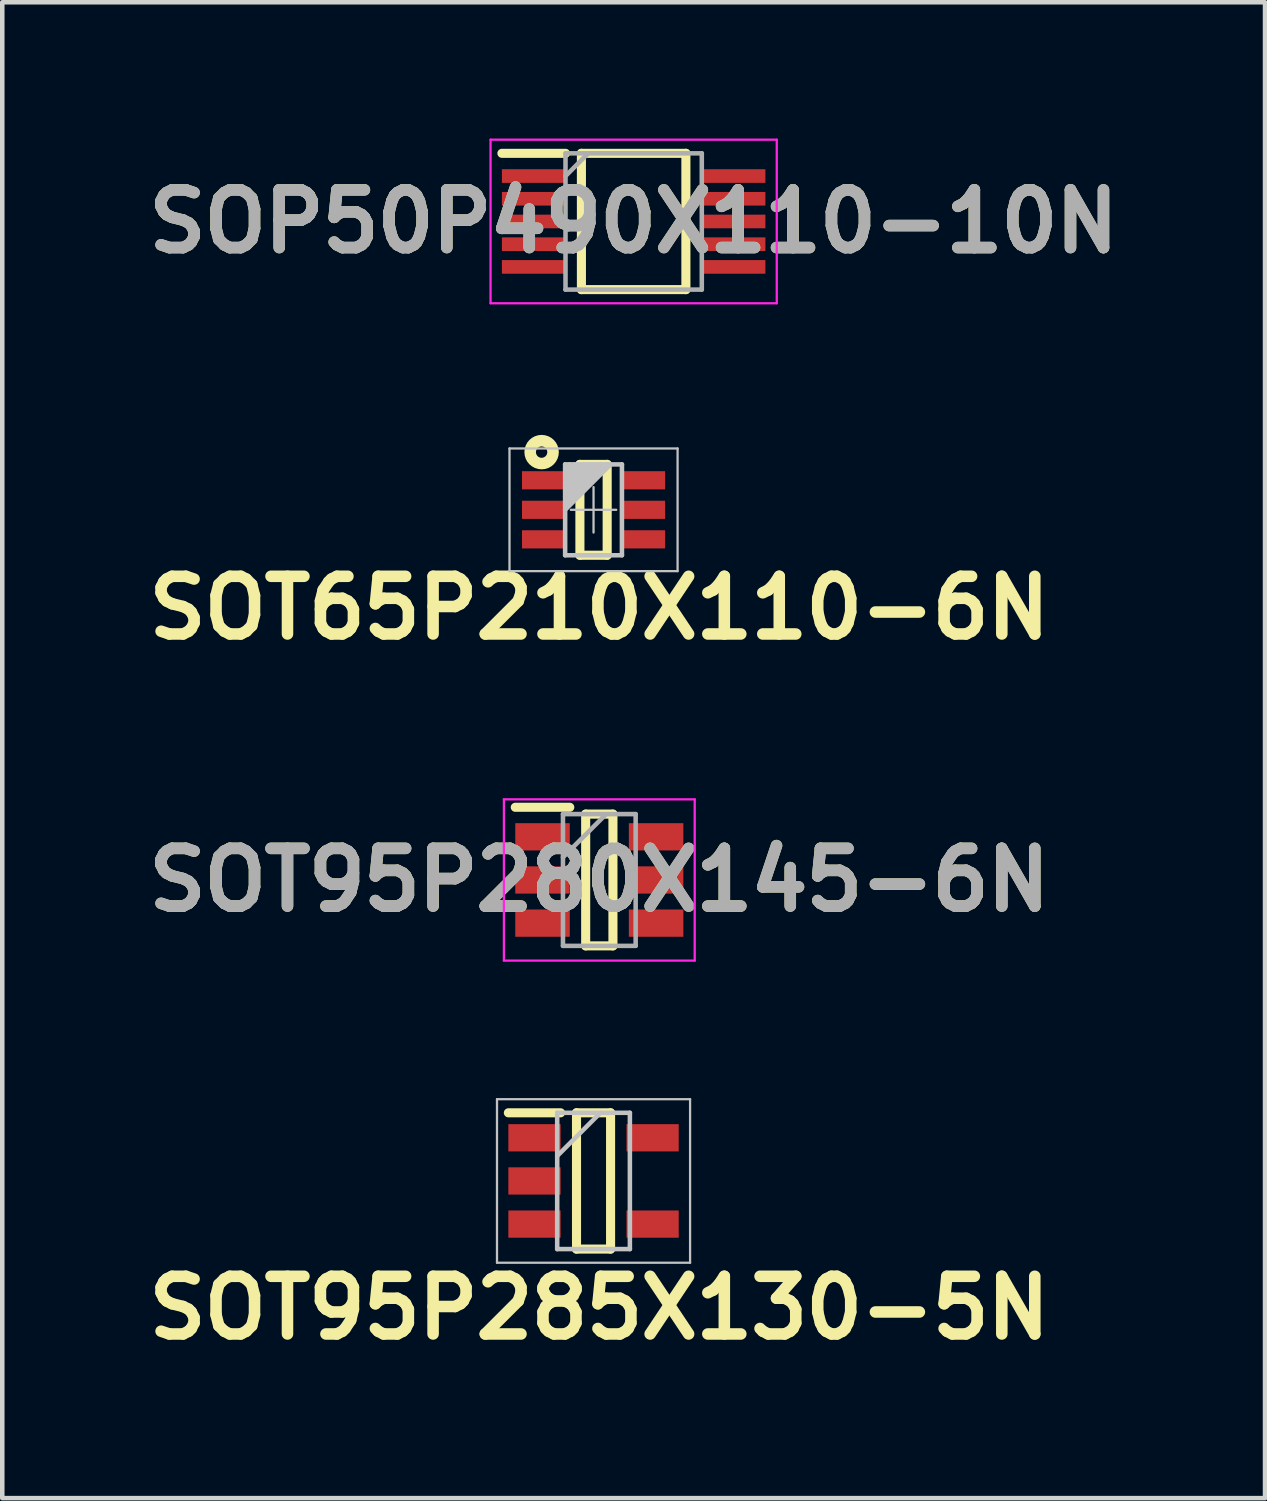
<source format=kicad_pcb>
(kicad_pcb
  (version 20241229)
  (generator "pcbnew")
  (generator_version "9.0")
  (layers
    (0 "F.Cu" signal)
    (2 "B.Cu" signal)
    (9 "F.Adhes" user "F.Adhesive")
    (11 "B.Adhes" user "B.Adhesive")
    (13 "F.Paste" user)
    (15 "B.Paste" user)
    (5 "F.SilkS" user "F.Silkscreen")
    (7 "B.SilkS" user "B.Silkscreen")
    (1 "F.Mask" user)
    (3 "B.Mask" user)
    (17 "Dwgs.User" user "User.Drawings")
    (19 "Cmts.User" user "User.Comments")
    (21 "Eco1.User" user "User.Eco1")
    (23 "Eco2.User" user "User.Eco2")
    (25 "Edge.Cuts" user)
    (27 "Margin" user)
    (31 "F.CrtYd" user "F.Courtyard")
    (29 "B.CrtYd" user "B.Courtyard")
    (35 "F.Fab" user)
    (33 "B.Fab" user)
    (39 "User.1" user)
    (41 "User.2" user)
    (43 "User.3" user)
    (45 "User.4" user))
  (footprint "SOT95P280X145-6N"
    (layer "F.Cu")
    (at 10.142 16.32)
    (property "Reference" "SOT95P280X145-6N" (at 0 0 0) (layer "F.SilkS") (effects (font (size 1.27 1.27) (thickness 0.254))))
    (attr smd)
    (fp_line (start -1.85 -1.6) (end -0.65 -1.6) (stroke (width 0.2) (type solid)) (layer "F.SilkS"))
    (fp_line (start -0.3 -1.45) (end 0.3 -1.45) (stroke (width 0.2) (type solid)) (layer "F.SilkS"))
    (fp_line (start -0.3 1.45) (end -0.3 -1.45) (stroke (width 0.2) (type solid)) (layer "F.SilkS"))
    (fp_line (start 0.3 -1.45) (end 0.3 1.45) (stroke (width 0.2) (type solid)) (layer "F.SilkS"))
    (fp_line (start 0.3 1.45) (end -0.3 1.45) (stroke (width 0.2) (type solid)) (layer "F.SilkS"))
    (fp_line (start -2.1 -1.775) (end 2.1 -1.775) (stroke (width 0.05) (type solid)) (layer "F.CrtYd"))
    (fp_line (start -2.1 1.775) (end -2.1 -1.775) (stroke (width 0.05) (type solid)) (layer "F.CrtYd"))
    (fp_line (start 2.1 -1.775) (end 2.1 1.775) (stroke (width 0.05) (type solid)) (layer "F.CrtYd"))
    (fp_line (start 2.1 1.775) (end -2.1 1.775) (stroke (width 0.05) (type solid)) (layer "F.CrtYd"))
    (fp_line (start -0.8 -1.45) (end 0.8 -1.45) (stroke (width 0.1) (type solid)) (layer "F.Fab"))
    (fp_line (start -0.8 -0.5) (end 0.15 -1.45) (stroke (width 0.1) (type solid)) (layer "F.Fab"))
    (fp_line (start -0.8 1.45) (end -0.8 -1.45) (stroke (width 0.1) (type solid)) (layer "F.Fab"))
    (fp_line (start 0.8 -1.45) (end 0.8 1.45) (stroke (width 0.1) (type solid)) (layer "F.Fab"))
    (fp_line (start 0.8 1.45) (end -0.8 1.45) (stroke (width 0.1) (type solid)) (layer "F.Fab"))
    (fp_text user "${REFERENCE}" (at 0 0 0) (layer "F.Fab") (effects (font (size 1.27 1.27) (thickness 0.254))))
    (pad "1" smd rect (at -1.25 -0.95 90) (size 0.6 1.2) (layers "F.Cu" "F.Mask" "F.Paste"))
    (pad "2" smd rect (at -1.25 0 90) (size 0.6 1.2) (layers "F.Cu" "F.Mask" "F.Paste"))
    (pad "3" smd rect (at -1.25 0.95 90) (size 0.6 1.2) (layers "F.Cu" "F.Mask" "F.Paste"))
    (pad "4" smd rect (at 1.25 0.95 90) (size 0.6 1.2) (layers "F.Cu" "F.Mask" "F.Paste"))
    (pad "5" smd rect (at 1.25 0 90) (size 0.6 1.2) (layers "F.Cu" "F.Mask" "F.Paste"))
    (pad "6" smd rect (at 1.25 -0.95 90) (size 0.6 1.2) (layers "F.Cu" "F.Mask" "F.Paste")))
  (footprint "SOT95P285X130-5N"
    (layer "F.Cu")
    (at 10.015 22.945)
    (property "Reference" "SOT95P285X130-5N" (at 0.127 2.794 0) (layer "F.SilkS") (effects (font (size 1.27 1.27) (thickness 0.254))))
    (attr smd)
    (fp_line (start -1.875 -1.5) (end -0.725 -1.5) (stroke (width 0.2) (type solid)) (layer "F.SilkS"))
    (fp_line (start -0.375 -1.5) (end 0.375 -1.5) (stroke (width 0.2) (type solid)) (layer "F.SilkS"))
    (fp_line (start -0.375 1.5) (end -0.375 -1.5) (stroke (width 0.2) (type solid)) (layer "F.SilkS"))
    (fp_line (start 0.375 -1.5) (end 0.375 1.5) (stroke (width 0.2) (type solid)) (layer "F.SilkS"))
    (fp_line (start 0.375 1.5) (end -0.375 1.5) (stroke (width 0.2) (type solid)) (layer "F.SilkS"))
    (fp_line (start -2.125 -1.8) (end 2.125 -1.8) (stroke (width 0.05) (type solid)) (layer "Dwgs.User"))
    (fp_line (start -2.125 1.8) (end -2.125 -1.8) (stroke (width 0.05) (type solid)) (layer "Dwgs.User"))
    (fp_line (start -0.8 -1.5) (end 0.8 -1.5) (stroke (width 0.1) (type solid)) (layer "Dwgs.User"))
    (fp_line (start -0.8 -0.55) (end 0.15 -1.5) (stroke (width 0.1) (type solid)) (layer "Dwgs.User"))
    (fp_line (start -0.8 1.5) (end -0.8 -1.5) (stroke (width 0.1) (type solid)) (layer "Dwgs.User"))
    (fp_line (start 0.8 -1.5) (end 0.8 1.5) (stroke (width 0.1) (type solid)) (layer "Dwgs.User"))
    (fp_line (start 0.8 1.5) (end -0.8 1.5) (stroke (width 0.1) (type solid)) (layer "Dwgs.User"))
    (fp_line (start 2.125 -1.8) (end 2.125 1.8) (stroke (width 0.05) (type solid)) (layer "Dwgs.User"))
    (fp_line (start 2.125 1.8) (end -2.125 1.8) (stroke (width 0.05) (type solid)) (layer "Dwgs.User"))
    (pad "1" smd rect (at -1.3 -0.95 90) (size 0.6 1.15) (layers "F.Cu" "F.Mask" "F.Paste"))
    (pad "2" smd rect (at -1.3 0 90) (size 0.6 1.15) (layers "F.Cu" "F.Mask" "F.Paste"))
    (pad "3" smd rect (at -1.3 0.95 90) (size 0.6 1.15) (layers "F.Cu" "F.Mask" "F.Paste"))
    (pad "4" smd rect (at 1.3 0.95 90) (size 0.6 1.15) (layers "F.Cu" "F.Mask" "F.Paste"))
    (pad "5" smd rect (at 1.3 -0.95 90) (size 0.6 1.15) (layers "F.Cu" "F.Mask" "F.Paste")))
  (footprint "SOT65P210X110-6N"
    (layer "F.Cu")
    (at 10.015 8.172)
    (property "Reference" "SOT65P210X110-6N" (at 0.127 2.159 0) (layer "F.SilkS") (effects (font (size 1.27 1.27) (thickness 0.254))))
    (attr smd)
    (fp_line (start -0.3 -1) (end -0.3 1) (stroke (width 0.2) (type solid)) (layer "F.SilkS"))
    (fp_line (start -0.3 1) (end 0.3 1) (stroke (width 0.2) (type solid)) (layer "F.SilkS"))
    (fp_line (start 0.3 -1) (end -0.3 -1) (stroke (width 0.2) (type solid)) (layer "F.SilkS"))
    (fp_line (start 0.3 1) (end 0.3 -1) (stroke (width 0.2) (type solid)) (layer "F.SilkS"))
    (fp_circle (center -1.143 -1.27) (end -1.268 -1.27) (stroke (width 0.254) (type solid)) (fill no) (layer "F.SilkS"))
    (fp_line (start -1.85 -1.35) (end -1.85 1.35) (stroke (width 0.05) (type solid)) (layer "Dwgs.User"))
    (fp_line (start -1.85 1.35) (end 1.85 1.35) (stroke (width 0.05) (type solid)) (layer "Dwgs.User"))
    (fp_line (start -0.7 -1.075) (end -0.7 1.075) (stroke (width 0.001) (type solid)) (layer "Dwgs.User"))
    (fp_line (start -0.7 1.075) (end 0.7 1.075) (stroke (width 0.001) (type solid)) (layer "Dwgs.User"))
    (fp_line (start -0.625 -1) (end -0.625 1) (stroke (width 0.1) (type solid)) (layer "Dwgs.User"))
    (fp_line (start -0.625 1) (end 0.625 1) (stroke (width 0.1) (type solid)) (layer "Dwgs.User"))
    (fp_line (start -0.525 -1) (end -0.625 -0.9) (stroke (width 0.1) (type solid)) (layer "Dwgs.User"))
    (fp_line (start -0.5 0) (end 0.5 0) (stroke (width 0.05) (type solid)) (layer "Dwgs.User"))
    (fp_line (start -0.425 -1) (end -0.625 -0.8) (stroke (width 0.1) (type solid)) (layer "Dwgs.User"))
    (fp_line (start -0.325 -1) (end -0.625 -0.7) (stroke (width 0.1) (type solid)) (layer "Dwgs.User"))
    (fp_line (start -0.225 -1) (end -0.625 -0.6) (stroke (width 0.1) (type solid)) (layer "Dwgs.User"))
    (fp_line (start -0.125 -1) (end -0.625 -0.5) (stroke (width 0.1) (type solid)) (layer "Dwgs.User"))
    (fp_line (start -0.025 -1) (end -0.625 -0.4) (stroke (width 0.1) (type solid)) (layer "Dwgs.User"))
    (fp_line (start 0 0.5) (end 0 -0.5) (stroke (width 0.05) (type solid)) (layer "Dwgs.User"))
    (fp_line (start 0.075 -1) (end -0.625 -0.3) (stroke (width 0.1) (type solid)) (layer "Dwgs.User"))
    (fp_line (start 0.175 -1) (end -0.625 -0.2) (stroke (width 0.1) (type solid)) (layer "Dwgs.User"))
    (fp_line (start 0.275 -1) (end -0.625 -0.1) (stroke (width 0.1) (type solid)) (layer "Dwgs.User"))
    (fp_line (start 0.375 -1) (end -0.625 0) (stroke (width 0.1) (type solid)) (layer "Dwgs.User"))
    (fp_line (start 0.625 -1) (end -0.625 -1) (stroke (width 0.1) (type solid)) (layer "Dwgs.User"))
    (fp_line (start 0.625 1) (end 0.625 -1) (stroke (width 0.1) (type solid)) (layer "Dwgs.User"))
    (fp_line (start 0.7 -1.075) (end -0.7 -1.075) (stroke (width 0.001) (type solid)) (layer "Dwgs.User"))
    (fp_line (start 0.7 1.075) (end 0.7 -1.075) (stroke (width 0.001) (type solid)) (layer "Dwgs.User"))
    (fp_line (start 1.85 -1.35) (end -1.85 -1.35) (stroke (width 0.05) (type solid)) (layer "Dwgs.User"))
    (fp_line (start 1.85 1.35) (end 1.85 -1.35) (stroke (width 0.05) (type solid)) (layer "Dwgs.User"))
    (pad "1" smd rect (at -1.1 -0.65 90) (size 0.4 0.95) (layers "F.Cu" "F.Mask" "F.Paste"))
    (pad "2" smd rect (at -1.1 0 90) (size 0.4 0.95) (layers "F.Cu" "F.Mask" "F.Paste"))
    (pad "3" smd rect (at -1.1 0.65 90) (size 0.4 0.95) (layers "F.Cu" "F.Mask" "F.Paste"))
    (pad "4" smd rect (at 1.1 0.65 90) (size 0.4 0.95) (layers "F.Cu" "F.Mask" "F.Paste"))
    (pad "5" smd rect (at 1.1 0 90) (size 0.4 0.95) (layers "F.Cu" "F.Mask" "F.Paste"))
    (pad "6" smd rect (at 1.1 -0.65 90) (size 0.4 0.95) (layers "F.Cu" "F.Mask" "F.Paste")))
  (footprint "SOP50P490X110-10N"
    (layer "F.Cu")
    (at 10.898 1.825)
    (property "Reference" "SOP50P490X110-10N" (at 0 0 0) (layer "F.SilkS") (effects (font (size 1.27 1.27) (thickness 0.254))))
    (attr smd)
    (fp_line (start -2.9 -1.5) (end -1.5 -1.5) (stroke (width 0.2) (type solid)) (layer "F.SilkS"))
    (fp_line (start -1.15 -1.5) (end 1.15 -1.5) (stroke (width 0.2) (type solid)) (layer "F.SilkS"))
    (fp_line (start -1.15 1.5) (end -1.15 -1.5) (stroke (width 0.2) (type solid)) (layer "F.SilkS"))
    (fp_line (start 1.15 -1.5) (end 1.15 1.5) (stroke (width 0.2) (type solid)) (layer "F.SilkS"))
    (fp_line (start 1.15 1.5) (end -1.15 1.5) (stroke (width 0.2) (type solid)) (layer "F.SilkS"))
    (fp_line (start -3.15 -1.8) (end 3.15 -1.8) (stroke (width 0.05) (type solid)) (layer "F.CrtYd"))
    (fp_line (start -3.15 1.8) (end -3.15 -1.8) (stroke (width 0.05) (type solid)) (layer "F.CrtYd"))
    (fp_line (start 3.15 -1.8) (end 3.15 1.8) (stroke (width 0.05) (type solid)) (layer "F.CrtYd"))
    (fp_line (start 3.15 1.8) (end -3.15 1.8) (stroke (width 0.05) (type solid)) (layer "F.CrtYd"))
    (fp_line (start -1.5 -1.5) (end 1.5 -1.5) (stroke (width 0.1) (type solid)) (layer "F.Fab"))
    (fp_line (start -1.5 -1) (end -1 -1.5) (stroke (width 0.1) (type solid)) (layer "F.Fab"))
    (fp_line (start -1.5 1.5) (end -1.5 -1.5) (stroke (width 0.1) (type solid)) (layer "F.Fab"))
    (fp_line (start 1.5 -1.5) (end 1.5 1.5) (stroke (width 0.1) (type solid)) (layer "F.Fab"))
    (fp_line (start 1.5 1.5) (end -1.5 1.5) (stroke (width 0.1) (type solid)) (layer "F.Fab"))
    (fp_text user "${REFERENCE}" (at 0 0 0) (layer "F.Fab") (effects (font (size 1.27 1.27) (thickness 0.254))))
    (pad "1" smd rect (at -2.2 -1 90) (size 0.3 1.4) (layers "F.Cu" "F.Mask" "F.Paste"))
    (pad "2" smd rect (at -2.2 -0.5 90) (size 0.3 1.4) (layers "F.Cu" "F.Mask" "F.Paste"))
    (pad "3" smd rect (at -2.2 0 90) (size 0.3 1.4) (layers "F.Cu" "F.Mask" "F.Paste"))
    (pad "4" smd rect (at -2.2 0.5 90) (size 0.3 1.4) (layers "F.Cu" "F.Mask" "F.Paste"))
    (pad "5" smd rect (at -2.2 1 90) (size 0.3 1.4) (layers "F.Cu" "F.Mask" "F.Paste"))
    (pad "6" smd rect (at 2.2 1 90) (size 0.3 1.4) (layers "F.Cu" "F.Mask" "F.Paste"))
    (pad "7" smd rect (at 2.2 0.5 90) (size 0.3 1.4) (layers "F.Cu" "F.Mask" "F.Paste"))
    (pad "8" smd rect (at 2.2 0 90) (size 0.3 1.4) (layers "F.Cu" "F.Mask" "F.Paste"))
    (pad "9" smd rect (at 2.2 -0.5 90) (size 0.3 1.4) (layers "F.Cu" "F.Mask" "F.Paste"))
    (pad "10" smd rect (at 2.2 -1 90) (size 0.3 1.4) (layers "F.Cu" "F.Mask" "F.Paste")))
  (gr_rect
    (start -3 -3)
    (end 24.796 29.927)
    (stroke (width 0.1) (type default))
    (fill no)
    (layer "Edge.Cuts")))
</source>
